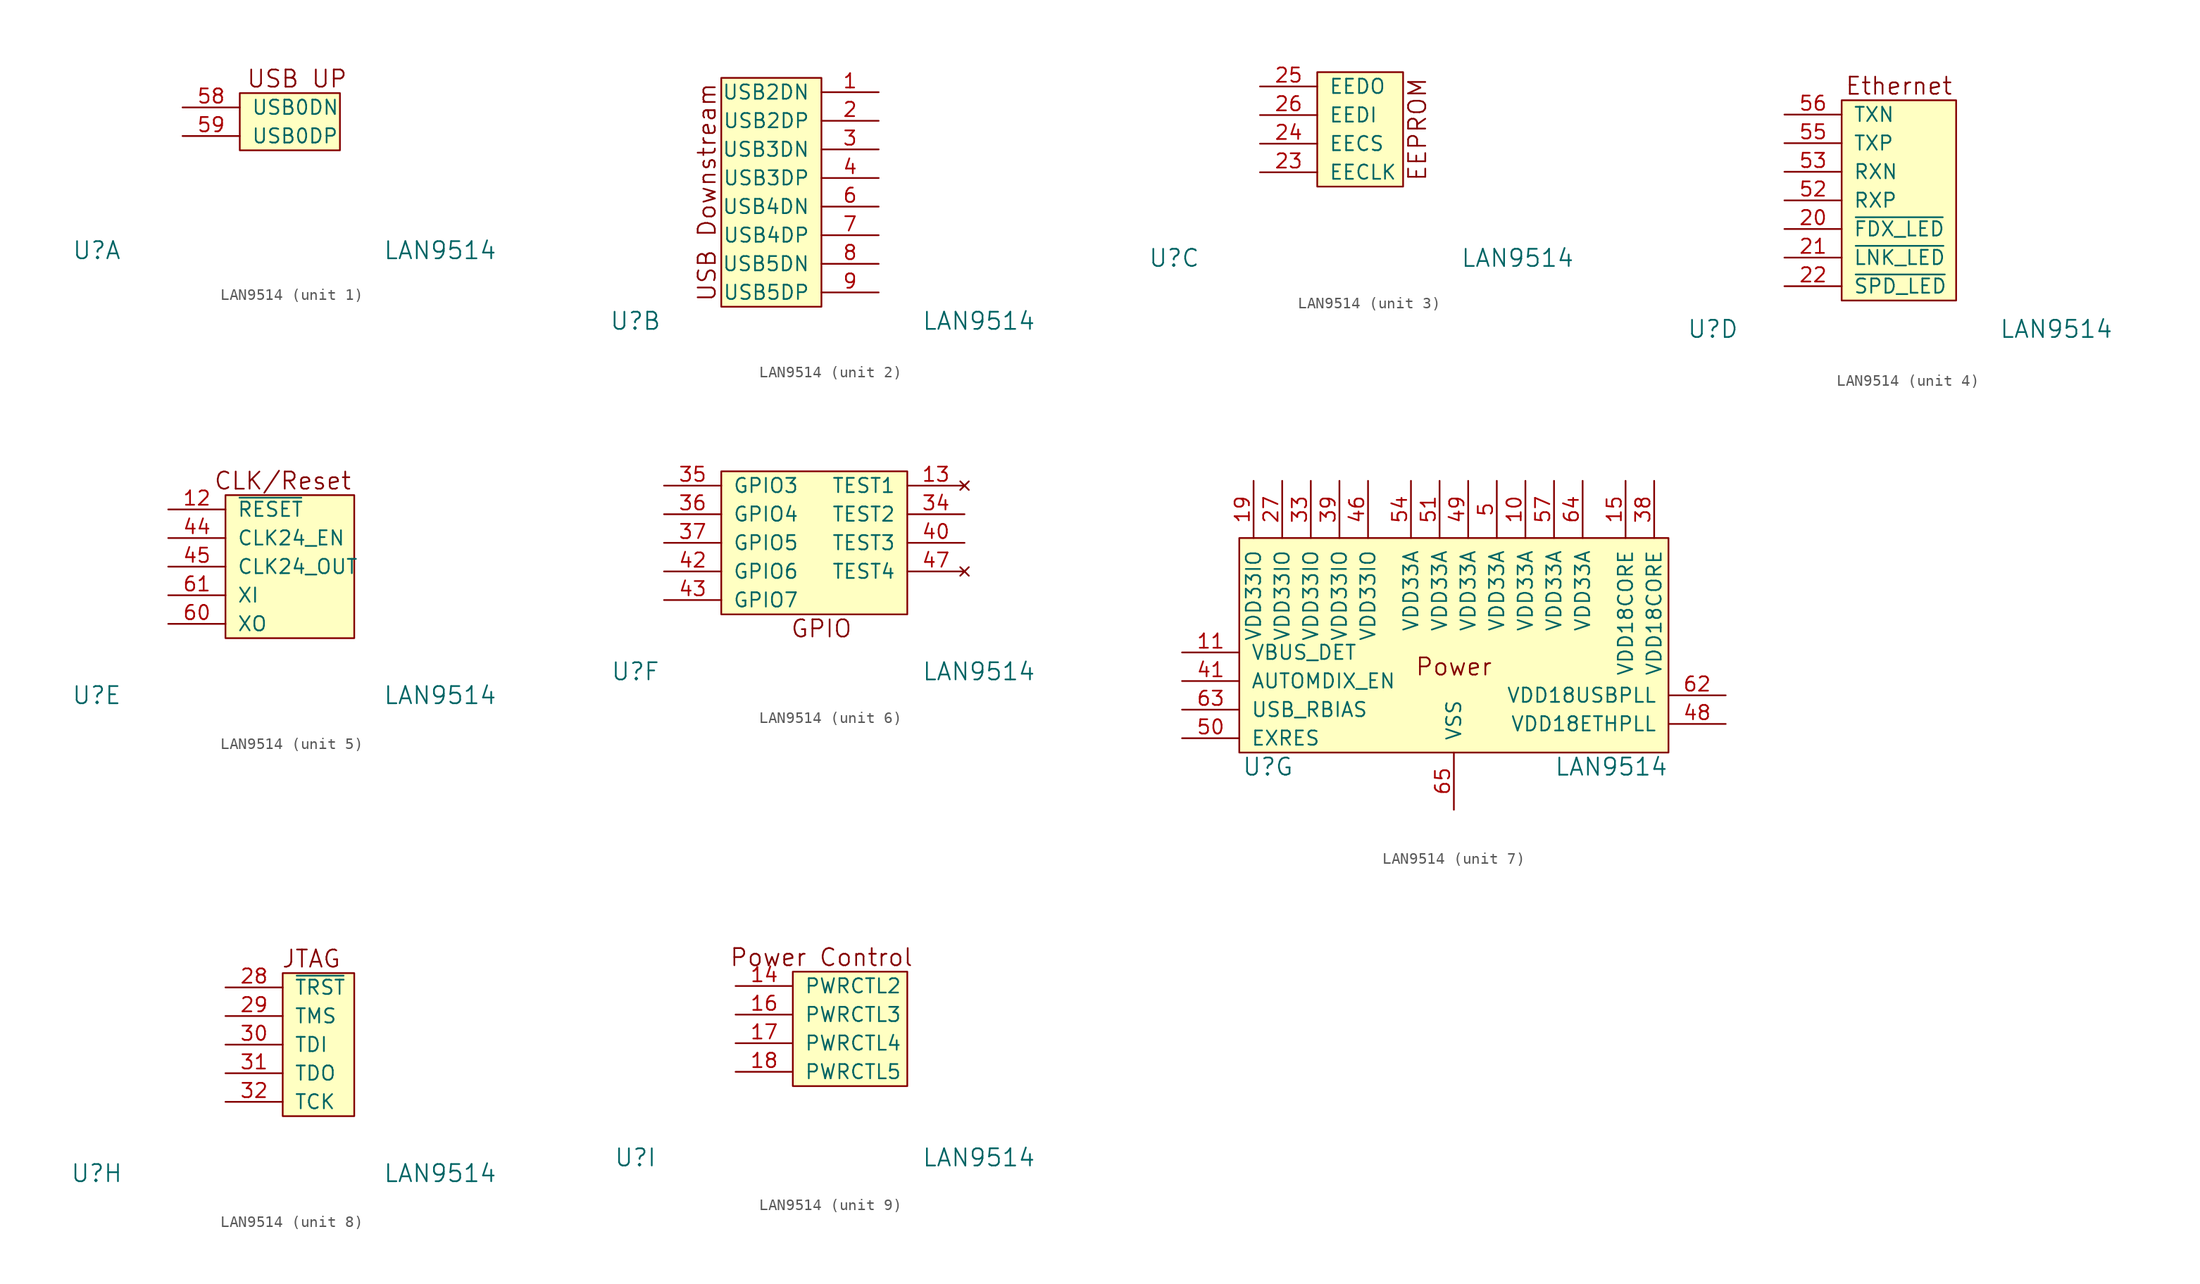
<source format=kicad_sym>
(kicad_symbol_lib
  (version 20241209)
  (generator "kicad_symbol_editor")
  (generator_version "9.0")
  (symbol "LAN9514"
    (pin_names
      (offset 1.016))
    (property "Reference" "U"
      (at -16.51 -11.43 0)
      (effects (font (size 1.524 1.524))))
    (property "Value" "LAN9514"
      (at 13.97 -11.43 0)
      (effects (font (size 1.524 1.524))))
    (property "ki_locked" ""
      (at 0 0 0)
      (effects (font (size 1.27 1.27))))
    (symbol "LAN9514_1_0"
      (text "USB UP" (at 1.27 3.81 0) (effects (font (size 1.524 1.524)))))
    (symbol "LAN9514_1_1"
      (rectangle (start -3.81 2.54) (end 5.08 -2.54) (stroke (width 0) (type solid)) (fill (type background)))
      (pin bidirectional line (at -8.89 1.27 0) (length 5.08) (name "USB0DN" (effects (font (size 1.27 1.27)))) (number "58" (effects (font (size 1.27 1.27)))))
      (pin bidirectional line (at -8.89 -1.27 0) (length 5.08) (name "USB0DP" (effects (font (size 1.27 1.27)))) (number "59" (effects (font (size 1.27 1.27))))))
    (symbol "LAN9514_2_0"
      (text "USB Downstream" (at -10.16 0 900) (effects (font (size 1.524 1.524)))))
    (symbol "LAN9514_2_1"
      (rectangle (start 0 10.16) (end -8.89 -10.16) (stroke (width 0) (type solid)) (fill (type background)))
      (pin bidirectional line (at 5.08 8.89 180) (length 5.08) (name "USB2DN" (effects (font (size 1.27 1.27)))) (number "1" (effects (font (size 1.27 1.27)))))
      (pin bidirectional line (at 5.08 6.35 180) (length 5.08) (name "USB2DP" (effects (font (size 1.27 1.27)))) (number "2" (effects (font (size 1.27 1.27)))))
      (pin bidirectional line (at 5.08 3.81 180) (length 5.08) (name "USB3DN" (effects (font (size 1.27 1.27)))) (number "3" (effects (font (size 1.27 1.27)))))
      (pin bidirectional line (at 5.08 1.27 180) (length 5.08) (name "USB3DP" (effects (font (size 1.27 1.27)))) (number "4" (effects (font (size 1.27 1.27)))))
      (pin bidirectional line (at 5.08 -1.27 180) (length 5.08) (name "USB4DN" (effects (font (size 1.27 1.27)))) (number "6" (effects (font (size 1.27 1.27)))))
      (pin bidirectional line (at 5.08 -3.81 180) (length 5.08) (name "USB4DP" (effects (font (size 1.27 1.27)))) (number "7" (effects (font (size 1.27 1.27)))))
      (pin bidirectional line (at 5.08 -6.35 180) (length 5.08) (name "USB5DN" (effects (font (size 1.27 1.27)))) (number "8" (effects (font (size 1.27 1.27)))))
      (pin bidirectional line (at 5.08 -8.89 180) (length 5.08) (name "USB5DP" (effects (font (size 1.27 1.27)))) (number "9" (effects (font (size 1.27 1.27))))))
    (symbol "LAN9514_3_0"
      (text "EEPROM" (at 5.08 0 900) (effects (font (size 1.524 1.524)))))
    (symbol "LAN9514_3_1"
      (rectangle (start -3.81 5.08) (end 3.81 -5.08) (stroke (width 0) (type solid)) (fill (type background)))
      (pin output line (at -8.89 3.81 0) (length 5.08) (name "EEDO" (effects (font (size 1.27 1.27)))) (number "25" (effects (font (size 1.27 1.27)))))
      (pin input line (at -8.89 1.27 0) (length 5.08) (name "EEDI" (effects (font (size 1.27 1.27)))) (number "26" (effects (font (size 1.27 1.27)))))
      (pin output line (at -8.89 -1.27 0) (length 5.08) (name "EECS" (effects (font (size 1.27 1.27)))) (number "24" (effects (font (size 1.27 1.27)))))
      (pin output line (at -8.89 -3.81 0) (length 5.08) (name "EECLK" (effects (font (size 1.27 1.27)))) (number "23" (effects (font (size 1.27 1.27))))))
    (symbol "LAN9514_4_0"
      (text "Ethernet" (at 0 10.16 0) (effects (font (size 1.524 1.524)))))
    (symbol "LAN9514_4_1"
      (rectangle (start -5.08 8.89) (end 5.08 -8.89) (stroke (width 0) (type solid)) (fill (type background)))
      (pin bidirectional line (at -10.16 7.62 0) (length 5.08) (name "TXN" (effects (font (size 1.27 1.27)))) (number "56" (effects (font (size 1.27 1.27)))))
      (pin bidirectional line (at -10.16 5.08 0) (length 5.08) (name "TXP" (effects (font (size 1.27 1.27)))) (number "55" (effects (font (size 1.27 1.27)))))
      (pin bidirectional line (at -10.16 2.54 0) (length 5.08) (name "RXN" (effects (font (size 1.27 1.27)))) (number "53" (effects (font (size 1.27 1.27)))))
      (pin bidirectional line (at -10.16 0 0) (length 5.08) (name "RXP" (effects (font (size 1.27 1.27)))) (number "52" (effects (font (size 1.27 1.27)))))
      (pin output line (at -10.16 -2.54 0) (length 5.08) (name "~{FDX_LED}" (effects (font (size 1.27 1.27)))) (number "20" (effects (font (size 1.27 1.27)))))
      (pin output line (at -10.16 -5.08 0) (length 5.08) (name "~{LNK_LED}" (effects (font (size 1.27 1.27)))) (number "21" (effects (font (size 1.27 1.27)))))
      (pin output line (at -10.16 -7.62 0) (length 5.08) (name "~{SPD_LED}" (effects (font (size 1.27 1.27)))) (number "22" (effects (font (size 1.27 1.27))))))
    (symbol "LAN9514_5_0"
      (text "CLK/Reset" (at 0 7.62 0) (effects (font (size 1.524 1.524)))))
    (symbol "LAN9514_5_1"
      (rectangle (start -5.08 6.35) (end 6.35 -6.35) (stroke (width 0) (type solid)) (fill (type background)))
      (pin input line (at -10.16 5.08 0) (length 5.08) (name "~{RESET}" (effects (font (size 1.27 1.27)))) (number "12" (effects (font (size 1.27 1.27)))))
      (pin input line (at -10.16 2.54 0) (length 5.08) (name "CLK24_EN" (effects (font (size 1.27 1.27)))) (number "44" (effects (font (size 1.27 1.27)))))
      (pin output line (at -10.16 0 0) (length 5.08) (name "CLK24_OUT" (effects (font (size 1.27 1.27)))) (number "45" (effects (font (size 1.27 1.27)))))
      (pin input line (at -10.16 -2.54 0) (length 5.08) (name "XI" (effects (font (size 1.27 1.27)))) (number "61" (effects (font (size 1.27 1.27)))))
      (pin output line (at -10.16 -5.08 0) (length 5.08) (name "XO" (effects (font (size 1.27 1.27)))) (number "60" (effects (font (size 1.27 1.27))))))
    (symbol "LAN9514_6_0"
      (text "GPIO" (at 0 -7.62 0) (effects (font (size 1.524 1.524)))))
    (symbol "LAN9514_6_1"
      (rectangle (start -8.89 6.35) (end 7.62 -6.35) (stroke (width 0) (type solid)) (fill (type background)))
      (pin bidirectional line (at -13.97 5.08 0) (length 5.08) (name "GPIO3" (effects (font (size 1.27 1.27)))) (number "35" (effects (font (size 1.27 1.27)))))
      (pin bidirectional line (at -13.97 2.54 0) (length 5.08) (name "GPIO4" (effects (font (size 1.27 1.27)))) (number "36" (effects (font (size 1.27 1.27)))))
      (pin bidirectional line (at -13.97 0 0) (length 5.08) (name "GPIO5" (effects (font (size 1.27 1.27)))) (number "37" (effects (font (size 1.27 1.27)))))
      (pin bidirectional line (at -13.97 -2.54 0) (length 5.08) (name "GPIO6" (effects (font (size 1.27 1.27)))) (number "42" (effects (font (size 1.27 1.27)))))
      (pin bidirectional line (at -13.97 -5.08 0) (length 5.08) (name "GPIO7" (effects (font (size 1.27 1.27)))) (number "43" (effects (font (size 1.27 1.27)))))
      (pin no_connect line (at 12.7 5.08 180) (length 5.08) (name "TEST1" (effects (font (size 1.27 1.27)))) (number "13" (effects (font (size 1.27 1.27)))))
      (pin input line (at 12.7 2.54 180) (length 5.08) (name "TEST2" (effects (font (size 1.27 1.27)))) (number "34" (effects (font (size 1.27 1.27)))))
      (pin input line (at 12.7 0 180) (length 5.08) (name "TEST3" (effects (font (size 1.27 1.27)))) (number "40" (effects (font (size 1.27 1.27)))))
      (pin no_connect line (at 12.7 -2.54 180) (length 5.08) (name "TEST4" (effects (font (size 1.27 1.27)))) (number "47" (effects (font (size 1.27 1.27))))))
    (symbol "LAN9514_7_0"
      (text "Power" (at 0 -2.54 0) (effects (font (size 1.524 1.524)))))
    (symbol "LAN9514_7_1"
      (rectangle (start -19.05 8.89) (end 19.05 -10.16) (stroke (width 0) (type solid)) (fill (type background)))
      (pin input line (at -24.13 -1.27 0) (length 5.08) (name "VBUS_DET" (effects (font (size 1.27 1.27)))) (number "11" (effects (font (size 1.27 1.27)))))
      (pin input line (at -24.13 -3.81 0) (length 5.08) (name "AUTOMDIX_EN" (effects (font (size 1.27 1.27)))) (number "41" (effects (font (size 1.27 1.27)))))
      (pin input line (at -24.13 -6.35 0) (length 5.08) (name "USB_RBIAS" (effects (font (size 1.27 1.27)))) (number "63" (effects (font (size 1.27 1.27)))))
      (pin input line (at -24.13 -8.89 0) (length 5.08) (name "EXRES" (effects (font (size 1.27 1.27)))) (number "50" (effects (font (size 1.27 1.27)))))
      (pin power_in line (at -17.78 13.97 270) (length 5.08) (name "VDD33IO" (effects (font (size 1.27 1.27)))) (number "19" (effects (font (size 1.27 1.27)))))
      (pin power_in line (at -15.24 13.97 270) (length 5.08) (name "VDD33IO" (effects (font (size 1.27 1.27)))) (number "27" (effects (font (size 1.27 1.27)))))
      (pin power_in line (at -12.7 13.97 270) (length 5.08) (name "VDD33IO" (effects (font (size 1.27 1.27)))) (number "33" (effects (font (size 1.27 1.27)))))
      (pin power_in line (at -10.16 13.97 270) (length 5.08) (name "VDD33IO" (effects (font (size 1.27 1.27)))) (number "39" (effects (font (size 1.27 1.27)))))
      (pin power_in line (at -7.62 13.97 270) (length 5.08) (name "VDD33IO" (effects (font (size 1.27 1.27)))) (number "46" (effects (font (size 1.27 1.27)))))
      (pin power_in line (at -3.81 13.97 270) (length 5.08) (name "VDD33A" (effects (font (size 1.27 1.27)))) (number "54" (effects (font (size 1.27 1.27)))))
      (pin power_in line (at -1.27 13.97 270) (length 5.08) (name "VDD33A" (effects (font (size 1.27 1.27)))) (number "51" (effects (font (size 1.27 1.27)))))
      (pin power_in line (at 0 -15.24 90) (length 5.08) (name "VSS" (effects (font (size 1.27 1.27)))) (number "65" (effects (font (size 1.27 1.27)))))
      (pin power_in line (at 1.27 13.97 270) (length 5.08) (name "VDD33A" (effects (font (size 1.27 1.27)))) (number "49" (effects (font (size 1.27 1.27)))))
      (pin power_in line (at 3.81 13.97 270) (length 5.08) (name "VDD33A" (effects (font (size 1.27 1.27)))) (number "5" (effects (font (size 1.27 1.27)))))
      (pin power_in line (at 6.35 13.97 270) (length 5.08) (name "VDD33A" (effects (font (size 1.27 1.27)))) (number "10" (effects (font (size 1.27 1.27)))))
      (pin power_in line (at 8.89 13.97 270) (length 5.08) (name "VDD33A" (effects (font (size 1.27 1.27)))) (number "57" (effects (font (size 1.27 1.27)))))
      (pin power_in line (at 11.43 13.97 270) (length 5.08) (name "VDD33A" (effects (font (size 1.27 1.27)))) (number "64" (effects (font (size 1.27 1.27)))))
      (pin power_in line (at 15.24 13.97 270) (length 5.08) (name "VDD18CORE" (effects (font (size 1.27 1.27)))) (number "15" (effects (font (size 1.27 1.27)))))
      (pin power_in line (at 17.78 13.97 270) (length 5.08) (name "VDD18CORE" (effects (font (size 1.27 1.27)))) (number "38" (effects (font (size 1.27 1.27)))))
      (pin input line (at 24.13 -5.08 180) (length 5.08) (name "VDD18USBPLL" (effects (font (size 1.27 1.27)))) (number "62" (effects (font (size 1.27 1.27)))))
      (pin input line (at 24.13 -7.62 180) (length 5.08) (name "VDD18ETHPLL" (effects (font (size 1.27 1.27)))) (number "48" (effects (font (size 1.27 1.27))))))
    (symbol "LAN9514_8_0"
      (text "JTAG" (at 2.54 7.62 0) (effects (font (size 1.524 1.524)))))
    (symbol "LAN9514_8_1"
      (rectangle (start 0 6.35) (end 6.35 -6.35) (stroke (width 0) (type solid)) (fill (type background)))
      (pin input line (at -5.08 5.08 0) (length 5.08) (name "~{TRST}" (effects (font (size 1.27 1.27)))) (number "28" (effects (font (size 1.27 1.27)))))
      (pin input line (at -5.08 2.54 0) (length 5.08) (name "TMS" (effects (font (size 1.27 1.27)))) (number "29" (effects (font (size 1.27 1.27)))))
      (pin input line (at -5.08 0 0) (length 5.08) (name "TDI" (effects (font (size 1.27 1.27)))) (number "30" (effects (font (size 1.27 1.27)))))
      (pin output line (at -5.08 -2.54 0) (length 5.08) (name "TDO" (effects (font (size 1.27 1.27)))) (number "31" (effects (font (size 1.27 1.27)))))
      (pin input line (at -5.08 -5.08 0) (length 5.08) (name "TCK" (effects (font (size 1.27 1.27)))) (number "32" (effects (font (size 1.27 1.27))))))
    (symbol "LAN9514_9_0"
      (rectangle (start -2.54 5.08) (end 7.62 -5.08) (stroke (width 0) (type solid)) (fill (type background)))
      (text "Power Control" (at 0 6.35 0) (effects (font (size 1.524 1.524)))))
    (symbol "LAN9514_9_1"
      (pin bidirectional line (at -7.62 3.81 0) (length 5.08) (name "PWRCTL2" (effects (font (size 1.27 1.27)))) (number "14" (effects (font (size 1.27 1.27)))))
      (pin bidirectional line (at -7.62 1.27 0) (length 5.08) (name "PWRCTL3" (effects (font (size 1.27 1.27)))) (number "16" (effects (font (size 1.27 1.27)))))
      (pin bidirectional line (at -7.62 -1.27 0) (length 5.08) (name "PWRCTL4" (effects (font (size 1.27 1.27)))) (number "17" (effects (font (size 1.27 1.27)))))
      (pin bidirectional line (at -7.62 -3.81 0) (length 5.08) (name "PWRCTL5" (effects (font (size 1.27 1.27)))) (number "18" (effects (font (size 1.27 1.27))))))))
</source>
